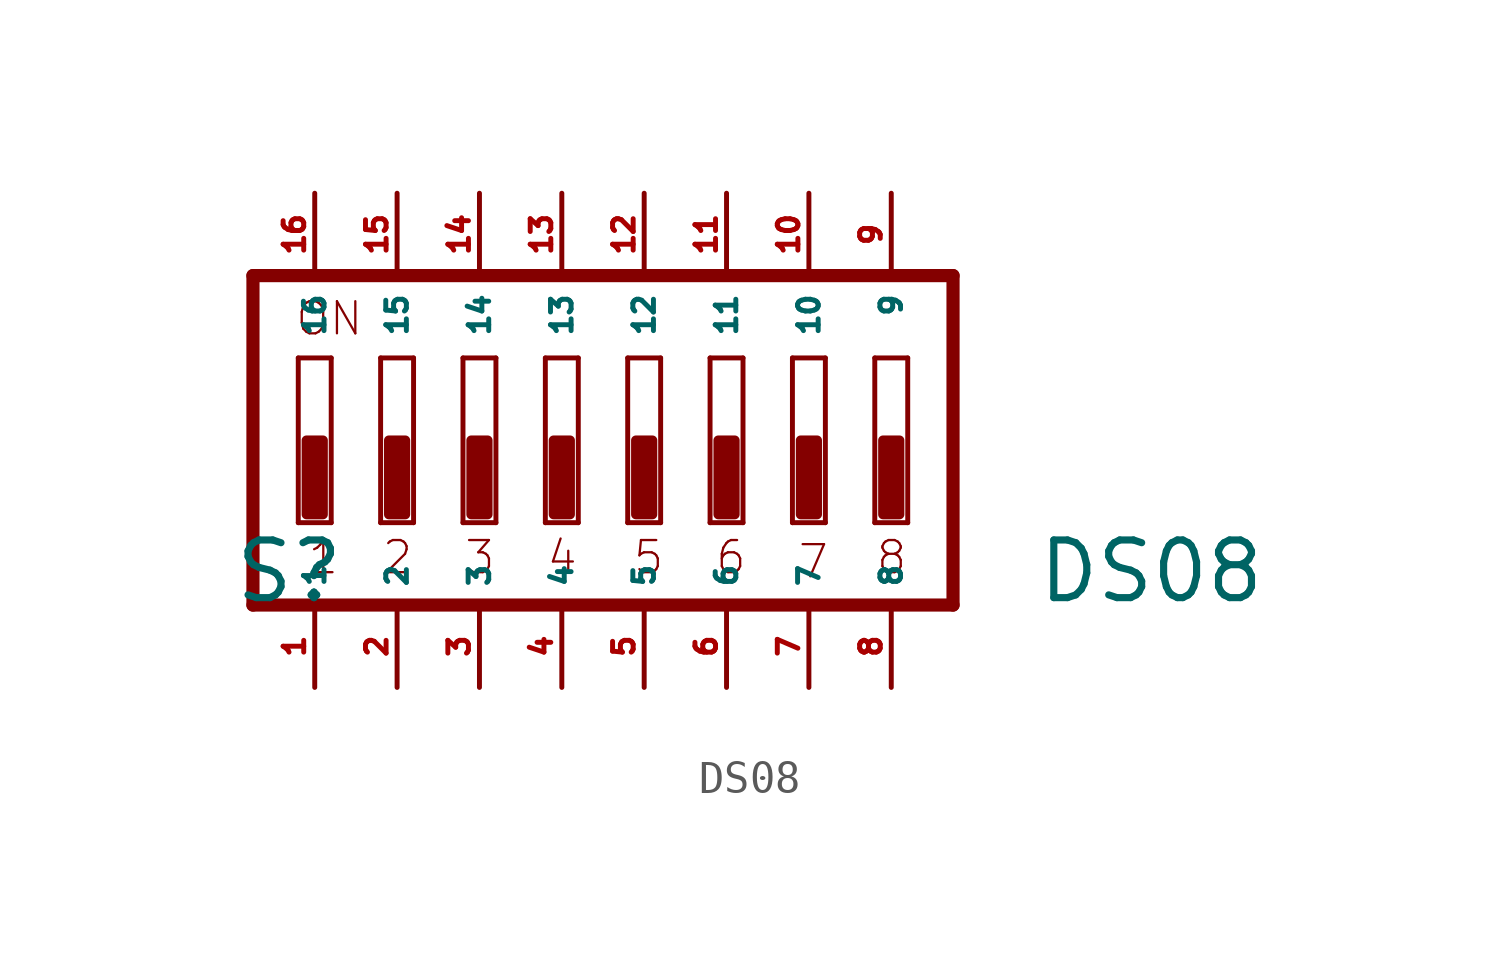
<source format=kicad_sym>
(kicad_symbol_lib
  (version 20220914)
  (generator Eagle2Kicad)
  (symbol "DS08"
    (property "Reference" "S"
      (at -12.7 -5.08 0)
      (effects (font (size 1.778 1.778) (thickness 0.22)) (justify left bottom)))
    (property "Value" "DS08"
      (at 12.065 -5.08 0)
      (effects (font (size 1.778 1.778) (thickness 0.22)) (justify left bottom)))
    (polyline
      (pts (xy 8.128 -2.54) (xy 7.112 -2.54))
      (stroke (width 0.152) (type default))
      (fill (type none)))
    (polyline
      (pts (xy 7.112 2.54) (xy 8.128 2.54))
      (stroke (width 0.152) (type default))
      (fill (type none)))
    (polyline
      (pts (xy 8.128 2.54) (xy 8.128 -2.54))
      (stroke (width 0.152) (type default))
      (fill (type none)))
    (polyline
      (pts (xy 7.112 -2.54) (xy 7.112 2.54))
      (stroke (width 0.152) (type default))
      (fill (type none)))
    (polyline
      (pts (xy 5.588 -2.54) (xy 4.572 -2.54))
      (stroke (width 0.152) (type default))
      (fill (type none)))
    (polyline
      (pts (xy 4.572 2.54) (xy 5.588 2.54))
      (stroke (width 0.152) (type default))
      (fill (type none)))
    (polyline
      (pts (xy 5.588 2.54) (xy 5.588 -2.54))
      (stroke (width 0.152) (type default))
      (fill (type none)))
    (polyline
      (pts (xy 4.572 -2.54) (xy 4.572 2.54))
      (stroke (width 0.152) (type default))
      (fill (type none)))
    (polyline
      (pts (xy 3.048 -2.54) (xy 2.032 -2.54))
      (stroke (width 0.152) (type default))
      (fill (type none)))
    (polyline
      (pts (xy 2.032 2.54) (xy 3.048 2.54))
      (stroke (width 0.152) (type default))
      (fill (type none)))
    (polyline
      (pts (xy 3.048 2.54) (xy 3.048 -2.54))
      (stroke (width 0.152) (type default))
      (fill (type none)))
    (polyline
      (pts (xy 2.032 -2.54) (xy 2.032 2.54))
      (stroke (width 0.152) (type default))
      (fill (type none)))
    (polyline
      (pts (xy 0.508 -2.54) (xy -0.508 -2.54))
      (stroke (width 0.152) (type default))
      (fill (type none)))
    (polyline
      (pts (xy -0.508 2.54) (xy 0.508 2.54))
      (stroke (width 0.152) (type default))
      (fill (type none)))
    (polyline
      (pts (xy 0.508 2.54) (xy 0.508 -2.54))
      (stroke (width 0.152) (type default))
      (fill (type none)))
    (polyline
      (pts (xy -0.508 -2.54) (xy -0.508 2.54))
      (stroke (width 0.152) (type default))
      (fill (type none)))
    (polyline
      (pts (xy -2.032 -2.54) (xy -3.048 -2.54))
      (stroke (width 0.152) (type default))
      (fill (type none)))
    (polyline
      (pts (xy -3.048 2.54) (xy -2.032 2.54))
      (stroke (width 0.152) (type default))
      (fill (type none)))
    (polyline
      (pts (xy -2.032 2.54) (xy -2.032 -2.54))
      (stroke (width 0.152) (type default))
      (fill (type none)))
    (polyline
      (pts (xy -3.048 -2.54) (xy -3.048 2.54))
      (stroke (width 0.152) (type default))
      (fill (type none)))
    (polyline
      (pts (xy -4.572 -2.54) (xy -5.588 -2.54))
      (stroke (width 0.152) (type default))
      (fill (type none)))
    (polyline
      (pts (xy -5.588 2.54) (xy -4.572 2.54))
      (stroke (width 0.152) (type default))
      (fill (type none)))
    (polyline
      (pts (xy -4.572 2.54) (xy -4.572 -2.54))
      (stroke (width 0.152) (type default))
      (fill (type none)))
    (polyline
      (pts (xy -5.588 -2.54) (xy -5.588 2.54))
      (stroke (width 0.152) (type default))
      (fill (type none)))
    (polyline
      (pts (xy -7.112 -2.54) (xy -8.128 -2.54))
      (stroke (width 0.152) (type default))
      (fill (type none)))
    (polyline
      (pts (xy -8.128 2.54) (xy -7.112 2.54))
      (stroke (width 0.152) (type default))
      (fill (type none)))
    (polyline
      (pts (xy -7.112 2.54) (xy -7.112 -2.54))
      (stroke (width 0.152) (type default))
      (fill (type none)))
    (polyline
      (pts (xy -8.128 -2.54) (xy -8.128 2.54))
      (stroke (width 0.152) (type default))
      (fill (type none)))
    (polyline
      (pts (xy -9.652 -2.54) (xy -10.668 -2.54))
      (stroke (width 0.152) (type default))
      (fill (type none)))
    (polyline
      (pts (xy -10.668 2.54) (xy -9.652 2.54))
      (stroke (width 0.152) (type default))
      (fill (type none)))
    (polyline
      (pts (xy -9.652 2.54) (xy -9.652 -2.54))
      (stroke (width 0.152) (type default))
      (fill (type none)))
    (polyline
      (pts (xy -10.668 -2.54) (xy -10.668 2.54))
      (stroke (width 0.152) (type default))
      (fill (type none)))
    (polyline
      (pts (xy 9.525 5.08) (xy -12.065 5.08))
      (stroke (width 0.406) (type default))
      (fill (type none)))
    (polyline
      (pts (xy -12.065 5.08) (xy -12.065 -5.08))
      (stroke (width 0.406) (type default))
      (fill (type none)))
    (polyline
      (pts (xy -12.065 -5.08) (xy 9.525 -5.08))
      (stroke (width 0.406) (type default))
      (fill (type none)))
    (polyline
      (pts (xy 9.525 -5.08) (xy 9.525 5.08))
      (stroke (width 0.406) (type default))
      (fill (type none)))
    (text "ON"
      (at -10.795 3.175 0)
      (effects (font (size 0.991 0.991) (thickness 0.07)) (justify left bottom)))
    (text "1"
      (at -10.414 -4.191 0)
      (effects (font (size 0.991 0.991) (thickness 0.07)) (justify left bottom)))
    (text "2"
      (at -8.128 -4.191 0)
      (effects (font (size 0.991 0.991) (thickness 0.07)) (justify left bottom)))
    (text "3"
      (at -5.588 -4.191 0)
      (effects (font (size 0.991 0.991) (thickness 0.07)) (justify left bottom)))
    (text "4"
      (at -3.048 -4.191 0)
      (effects (font (size 0.991 0.991) (thickness 0.07)) (justify left bottom)))
    (text "5"
      (at -0.381 -4.191 0)
      (effects (font (size 0.991 0.991) (thickness 0.07)) (justify left bottom)))
    (text "6"
      (at 2.159 -4.191 0)
      (effects (font (size 0.991 0.991) (thickness 0.07)) (justify left bottom)))
    (text "7"
      (at 4.699 -4.318 0)
      (effects (font (size 0.991 0.991) (thickness 0.07)) (justify left bottom)))
    (text "8"
      (at 7.112 -4.191 0)
      (effects (font (size 0.991 0.991) (thickness 0.07)) (justify left bottom)))
    (rectangle
      (start -10.414 -2.286)
      (end -9.906 0)
      (stroke (width 0.3) (type default))
      (fill (type outline)))
    (rectangle
      (start -7.874 -2.286)
      (end -7.366 0)
      (stroke (width 0.3) (type default))
      (fill (type outline)))
    (rectangle
      (start -5.334 -2.286)
      (end -4.826 0)
      (stroke (width 0.3) (type default))
      (fill (type outline)))
    (rectangle
      (start -2.794 -2.286)
      (end -2.286 0)
      (stroke (width 0.3) (type default))
      (fill (type outline)))
    (rectangle
      (start -0.254 -2.286)
      (end 0.254 0)
      (stroke (width 0.3) (type default))
      (fill (type outline)))
    (rectangle
      (start 2.286 -2.286)
      (end 2.794 0)
      (stroke (width 0.3) (type default))
      (fill (type outline)))
    (rectangle
      (start 4.826 -2.286)
      (end 5.334 0)
      (stroke (width 0.3) (type default))
      (fill (type outline)))
    (rectangle
      (start 7.366 -2.286)
      (end 7.874 0)
      (stroke (width 0.3) (type default))
      (fill (type outline)))
    (pin passive line
      (at 7.62 7.62 270)
      (length 2.54)
      (name "9" (effects (font (size 0.635 0.635) (thickness 0.08)) (justify left bottom)))
      (number "9" (effects (font (size 0.635 0.635) (thickness 0.08)) (justify left bottom))))
    (pin passive line
      (at 5.08 7.62 270)
      (length 2.54)
      (name "10" (effects (font (size 0.635 0.635) (thickness 0.08)) (justify left bottom)))
      (number "10" (effects (font (size 0.635 0.635) (thickness 0.08)) (justify left bottom))))
    (pin passive line
      (at 2.54 7.62 270)
      (length 2.54)
      (name "11" (effects (font (size 0.635 0.635) (thickness 0.08)) (justify left bottom)))
      (number "11" (effects (font (size 0.635 0.635) (thickness 0.08)) (justify left bottom))))
    (pin passive line
      (at 0 7.62 270)
      (length 2.54)
      (name "12" (effects (font (size 0.635 0.635) (thickness 0.08)) (justify left bottom)))
      (number "12" (effects (font (size 0.635 0.635) (thickness 0.08)) (justify left bottom))))
    (pin passive line
      (at -2.54 7.62 270)
      (length 2.54)
      (name "13" (effects (font (size 0.635 0.635) (thickness 0.08)) (justify left bottom)))
      (number "13" (effects (font (size 0.635 0.635) (thickness 0.08)) (justify left bottom))))
    (pin passive line
      (at -5.08 7.62 270)
      (length 2.54)
      (name "14" (effects (font (size 0.635 0.635) (thickness 0.08)) (justify left bottom)))
      (number "14" (effects (font (size 0.635 0.635) (thickness 0.08)) (justify left bottom))))
    (pin passive line
      (at -7.62 7.62 270)
      (length 2.54)
      (name "15" (effects (font (size 0.635 0.635) (thickness 0.08)) (justify left bottom)))
      (number "15" (effects (font (size 0.635 0.635) (thickness 0.08)) (justify left bottom))))
    (pin passive line
      (at -10.16 7.62 270)
      (length 2.54)
      (name "16" (effects (font (size 0.635 0.635) (thickness 0.08)) (justify left bottom)))
      (number "16" (effects (font (size 0.635 0.635) (thickness 0.08)) (justify left bottom))))
    (pin passive line
      (at -10.16 -7.62 90)
      (length 2.54)
      (name "1" (effects (font (size 0.635 0.635) (thickness 0.08)) (justify left bottom)))
      (number "1" (effects (font (size 0.635 0.635) (thickness 0.08)) (justify left bottom))))
    (pin passive line
      (at -7.62 -7.62 90)
      (length 2.54)
      (name "2" (effects (font (size 0.635 0.635) (thickness 0.08)) (justify left bottom)))
      (number "2" (effects (font (size 0.635 0.635) (thickness 0.08)) (justify left bottom))))
    (pin passive line
      (at -5.08 -7.62 90)
      (length 2.54)
      (name "3" (effects (font (size 0.635 0.635) (thickness 0.08)) (justify left bottom)))
      (number "3" (effects (font (size 0.635 0.635) (thickness 0.08)) (justify left bottom))))
    (pin passive line
      (at -2.54 -7.62 90)
      (length 2.54)
      (name "4" (effects (font (size 0.635 0.635) (thickness 0.08)) (justify left bottom)))
      (number "4" (effects (font (size 0.635 0.635) (thickness 0.08)) (justify left bottom))))
    (pin passive line
      (at 0 -7.62 90)
      (length 2.54)
      (name "5" (effects (font (size 0.635 0.635) (thickness 0.08)) (justify left bottom)))
      (number "5" (effects (font (size 0.635 0.635) (thickness 0.08)) (justify left bottom))))
    (pin passive line
      (at 2.54 -7.62 90)
      (length 2.54)
      (name "6" (effects (font (size 0.635 0.635) (thickness 0.08)) (justify left bottom)))
      (number "6" (effects (font (size 0.635 0.635) (thickness 0.08)) (justify left bottom))))
    (pin passive line
      (at 5.08 -7.62 90)
      (length 2.54)
      (name "7" (effects (font (size 0.635 0.635) (thickness 0.08)) (justify left bottom)))
      (number "7" (effects (font (size 0.635 0.635) (thickness 0.08)) (justify left bottom))))
    (pin passive line
      (at 7.62 -7.62 90)
      (length 2.54)
      (name "8" (effects (font (size 0.635 0.635) (thickness 0.08)) (justify left bottom)))
      (number "8" (effects (font (size 0.635 0.635) (thickness 0.08)) (justify left bottom))))))
</source>
